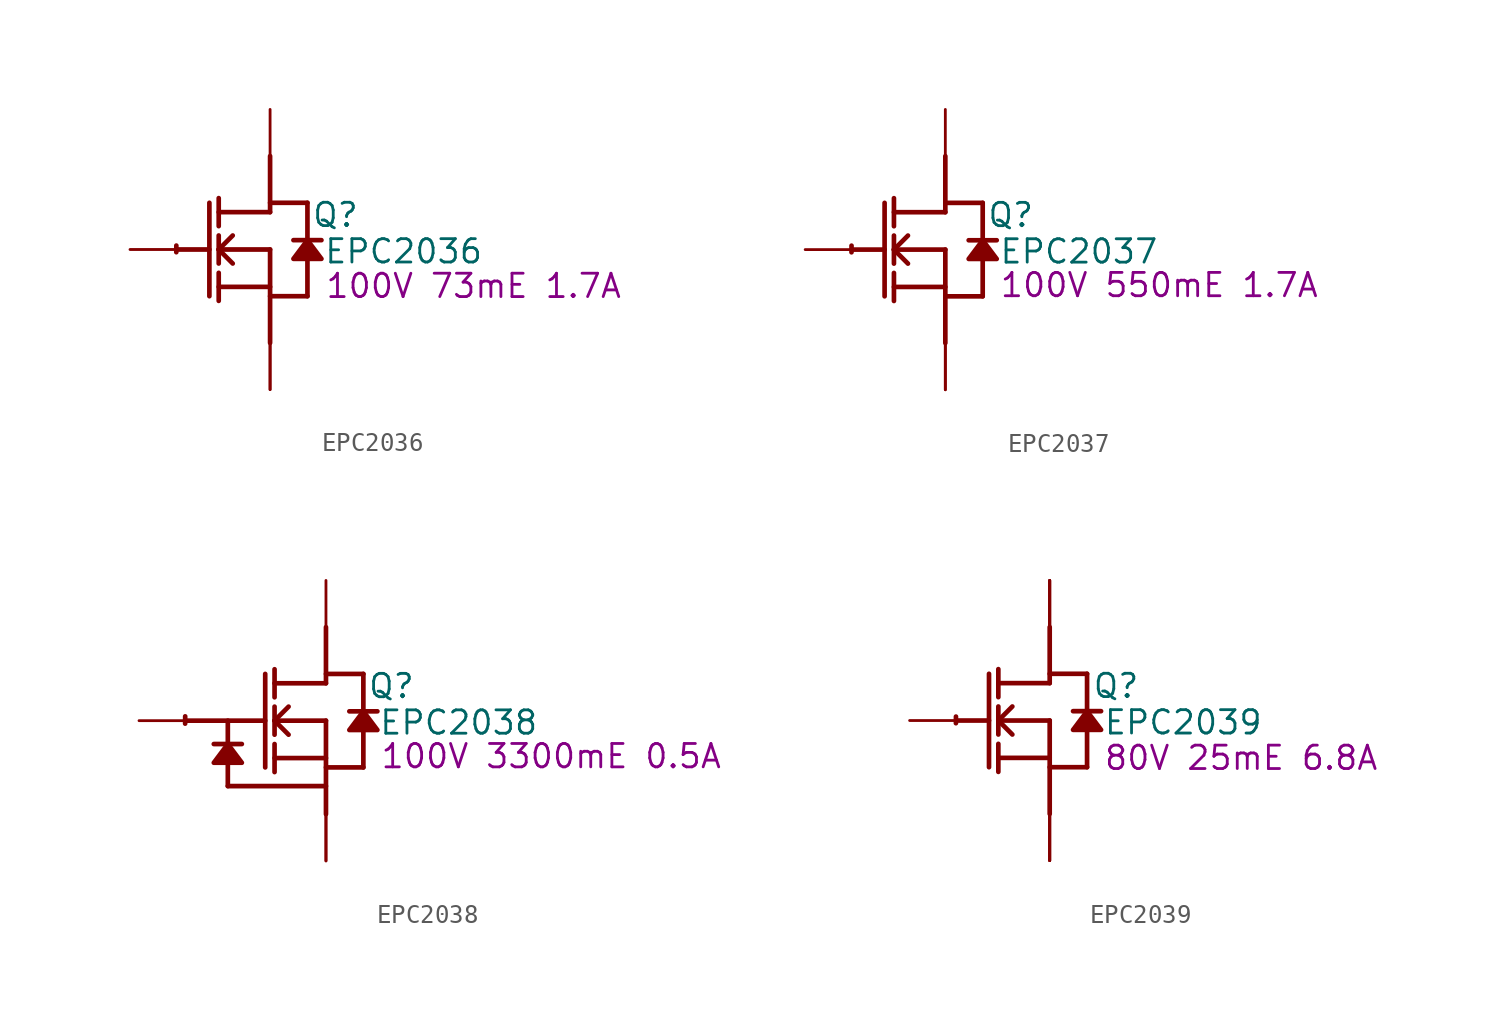
<source format=kicad_sym>
(kicad_symbol_lib
  (version 20231120)
  (generator "kicad_symbol_editor")
  (generator_version "8.0")
  (symbol "EPC2036"
    (property "Reference" "Q"
      (at 3.556 1.88 0)
      (effects (font (size 1.27 1.27))))
    (property "Value" "EPC2036"
      (at 7.264 -0.102 0)
      (effects (font (size 1.27 1.27))))
    (property "Description" "100V 73mE 1.7A"
      (at 11.074 -1.981 0)
      (effects (font (size 1.27 1.27))))
    (symbol "EPC2036_1_0"
      (arc (start -5.0996 0.2128) (mid -5.1039 0.0331) (end -5.1019 -0.1467) (stroke (width 0.254) (type solid)) (fill (type none)))
      (polyline (pts (xy -5.08 0) (xy -3.302 0)) (stroke (width 0.254) (type solid)) (fill (type none)))
      (polyline (pts (xy -3.302 2.54) (xy -3.302 -2.54)) (stroke (width 0.254) (type solid)) (fill (type none)))
      (polyline (pts (xy -2.794 -2.794) (xy -2.794 -1.27)) (stroke (width 0.254) (type solid)) (fill (type none)))
      (polyline (pts (xy -2.794 -2.032) (xy 0 -2.032)) (stroke (width 0.254) (type solid)) (fill (type none)))
      (polyline (pts (xy -2.794 -0.762) (xy -2.794 0.762)) (stroke (width 0.254) (type solid)) (fill (type none)))
      (polyline (pts (xy -2.794 0) (xy -2.032 0.762)) (stroke (width 0.254) (type solid)) (fill (type none)))
      (polyline (pts (xy -2.794 0) (xy 0 0)) (stroke (width 0.254) (type solid)) (fill (type none)))
      (polyline (pts (xy -2.794 1.27) (xy -2.794 2.794)) (stroke (width 0.254) (type solid)) (fill (type none)))
      (polyline (pts (xy -2.032 -0.762) (xy -2.794 0)) (stroke (width 0.254) (type solid)) (fill (type none)))
      (polyline (pts (xy 0 -2.54) (xy 2.032 -2.54)) (stroke (width 0.254) (type solid)) (fill (type none)))
      (polyline (pts (xy 0 0) (xy 0 -5.08)) (stroke (width 0.254) (type solid)) (fill (type none)))
      (polyline (pts (xy 0 2.032) (xy -2.794 2.032)) (stroke (width 0.254) (type solid)) (fill (type none)))
      (polyline (pts (xy 0 2.032) (xy 0 5.08)) (stroke (width 0.254) (type solid)) (fill (type none)))
      (polyline (pts (xy 0 2.54) (xy 2.032 2.54)) (stroke (width 0.254) (type solid)) (fill (type none)))
      (polyline (pts (xy 2.032 -0.508) (xy 2.032 -2.54)) (stroke (width 0.254) (type solid)) (fill (type none)))
      (polyline (pts (xy 2.032 2.54) (xy 2.032 0.508)) (stroke (width 0.254) (type solid)) (fill (type none)))
      (polyline (pts (xy 2.794 0.508) (xy 1.27 0.508)) (stroke (width 0.254) (type solid)) (fill (type none)))
      (polyline (pts (xy 2.032 0.508) (xy 1.27 -0.508) (xy 2.794 -0.508) (xy 2.032 0.508)) (stroke (width 0.254) (type solid)) (fill (type outline)))
      (pin passive line (at -7.62 0 0) (length 2.54) (name "G" (effects (font (size 0 0)))) (number "1" (effects (font (size 0 0)))))
      (pin open_emitter line (at 0 -7.62 90) (length 2.54) (name "S1" (effects (font (size 0 0)))) (number "2" (effects (font (size 0 0)))))
      (pin open_collector line (at 0 7.62 270) (length 2.54) (name "D1" (effects (font (size 0 0)))) (number "3" (effects (font (size 0 0)))))
      (pin open_emitter line (at 0 -7.62 90) (length 2.54) (name "S2" (effects (font (size 0 0)))) (number "4" (effects (font (size 0 0)))))))
  (symbol "EPC2037"
    (property "Reference" "Q"
      (at 3.556 1.88 0)
      (effects (font (size 1.27 1.27))))
    (property "Value" "EPC2037"
      (at 7.264 -0.102 0)
      (effects (font (size 1.27 1.27))))
    (property "Description" "100V 550mE 1.7A"
      (at 11.633 -1.93 0)
      (effects (font (size 1.27 1.27))))
    (symbol "EPC2037_1_0"
      (arc (start -5.0996 0.2128) (mid -5.1039 0.0331) (end -5.1019 -0.1467) (stroke (width 0.254) (type solid)) (fill (type none)))
      (polyline (pts (xy -5.08 0) (xy -3.302 0)) (stroke (width 0.254) (type solid)) (fill (type none)))
      (polyline (pts (xy -3.302 2.54) (xy -3.302 -2.54)) (stroke (width 0.254) (type solid)) (fill (type none)))
      (polyline (pts (xy -2.794 -2.794) (xy -2.794 -1.27)) (stroke (width 0.254) (type solid)) (fill (type none)))
      (polyline (pts (xy -2.794 -2.032) (xy 0 -2.032)) (stroke (width 0.254) (type solid)) (fill (type none)))
      (polyline (pts (xy -2.794 -0.762) (xy -2.794 0.762)) (stroke (width 0.254) (type solid)) (fill (type none)))
      (polyline (pts (xy -2.794 0) (xy -2.032 0.762)) (stroke (width 0.254) (type solid)) (fill (type none)))
      (polyline (pts (xy -2.794 0) (xy 0 0)) (stroke (width 0.254) (type solid)) (fill (type none)))
      (polyline (pts (xy -2.794 1.27) (xy -2.794 2.794)) (stroke (width 0.254) (type solid)) (fill (type none)))
      (polyline (pts (xy -2.032 -0.762) (xy -2.794 0)) (stroke (width 0.254) (type solid)) (fill (type none)))
      (polyline (pts (xy 0 -2.54) (xy 2.032 -2.54)) (stroke (width 0.254) (type solid)) (fill (type none)))
      (polyline (pts (xy 0 0) (xy 0 -5.08)) (stroke (width 0.254) (type solid)) (fill (type none)))
      (polyline (pts (xy 0 2.032) (xy -2.794 2.032)) (stroke (width 0.254) (type solid)) (fill (type none)))
      (polyline (pts (xy 0 2.032) (xy 0 5.08)) (stroke (width 0.254) (type solid)) (fill (type none)))
      (polyline (pts (xy 0 2.54) (xy 2.032 2.54)) (stroke (width 0.254) (type solid)) (fill (type none)))
      (polyline (pts (xy 2.032 -0.508) (xy 2.032 -2.54)) (stroke (width 0.254) (type solid)) (fill (type none)))
      (polyline (pts (xy 2.032 2.54) (xy 2.032 0.508)) (stroke (width 0.254) (type solid)) (fill (type none)))
      (polyline (pts (xy 2.794 0.508) (xy 1.27 0.508)) (stroke (width 0.254) (type solid)) (fill (type none)))
      (polyline (pts (xy 2.032 0.508) (xy 1.27 -0.508) (xy 2.794 -0.508) (xy 2.032 0.508)) (stroke (width 0.254) (type solid)) (fill (type outline)))
      (pin passive line (at -7.62 0 0) (length 2.54) (name "G" (effects (font (size 0 0)))) (number "1" (effects (font (size 0 0)))))
      (pin open_emitter line (at 0 -7.62 90) (length 2.54) (name "S1" (effects (font (size 0 0)))) (number "2" (effects (font (size 0 0)))))
      (pin open_collector line (at 0 7.62 270) (length 2.54) (name "D1" (effects (font (size 0 0)))) (number "3" (effects (font (size 0 0)))))
      (pin open_emitter line (at 0 -7.62 90) (length 2.54) (name "S2" (effects (font (size 0 0)))) (number "4" (effects (font (size 0 0)))))))
  (symbol "EPC2038"
    (property "Reference" "Q"
      (at 3.556 1.88 0)
      (effects (font (size 1.27 1.27))))
    (property "Value" "EPC2038"
      (at 7.214 -0.102 0)
      (effects (font (size 1.27 1.27))))
    (property "Description" "100V 3300mE 0.5A"
      (at 12.243 -1.93 0)
      (effects (font (size 1.27 1.27))))
    (symbol "EPC2038_1_0"
      (arc (start -7.6511 0.2344) (mid -7.6559 0.0364) (end -7.6537 -0.1616) (stroke (width 0.254) (type solid)) (fill (type none)))
      (polyline (pts (xy -7.62 0) (xy -3.302 0)) (stroke (width 0.254) (type solid)) (fill (type none)))
      (polyline (pts (xy -5.334 -3.556) (xy 0 -3.556)) (stroke (width 0.254) (type solid)) (fill (type none)))
      (polyline (pts (xy -5.334 -2.286) (xy -5.334 -3.556)) (stroke (width 0.254) (type solid)) (fill (type none)))
      (polyline (pts (xy -5.334 0) (xy -5.334 -1.27)) (stroke (width 0.254) (type solid)) (fill (type none)))
      (polyline (pts (xy -4.572 -1.27) (xy -6.096 -1.27)) (stroke (width 0.254) (type solid)) (fill (type none)))
      (polyline (pts (xy -3.302 2.54) (xy -3.302 -2.54)) (stroke (width 0.254) (type solid)) (fill (type none)))
      (polyline (pts (xy -2.794 -2.794) (xy -2.794 -1.27)) (stroke (width 0.254) (type solid)) (fill (type none)))
      (polyline (pts (xy -2.794 -2.032) (xy 0 -2.032)) (stroke (width 0.254) (type solid)) (fill (type none)))
      (polyline (pts (xy -2.794 -0.762) (xy -2.794 0.762)) (stroke (width 0.254) (type solid)) (fill (type none)))
      (polyline (pts (xy -2.794 0) (xy -2.032 0.762)) (stroke (width 0.254) (type solid)) (fill (type none)))
      (polyline (pts (xy -2.794 0) (xy 0 0)) (stroke (width 0.254) (type solid)) (fill (type none)))
      (polyline (pts (xy -2.794 1.27) (xy -2.794 2.794)) (stroke (width 0.254) (type solid)) (fill (type none)))
      (polyline (pts (xy -2.032 -0.762) (xy -2.794 0)) (stroke (width 0.254) (type solid)) (fill (type none)))
      (polyline (pts (xy 0 -2.54) (xy 2.032 -2.54)) (stroke (width 0.254) (type solid)) (fill (type none)))
      (polyline (pts (xy 0 0) (xy 0 -5.08)) (stroke (width 0.254) (type solid)) (fill (type none)))
      (polyline (pts (xy 0 2.032) (xy -2.794 2.032)) (stroke (width 0.254) (type solid)) (fill (type none)))
      (polyline (pts (xy 0 2.032) (xy 0 5.08)) (stroke (width 0.254) (type solid)) (fill (type none)))
      (polyline (pts (xy 0 2.54) (xy 2.032 2.54)) (stroke (width 0.254) (type solid)) (fill (type none)))
      (polyline (pts (xy 2.032 -0.508) (xy 2.032 -2.54)) (stroke (width 0.254) (type solid)) (fill (type none)))
      (polyline (pts (xy 2.032 2.54) (xy 2.032 0.508)) (stroke (width 0.254) (type solid)) (fill (type none)))
      (polyline (pts (xy 2.794 0.508) (xy 1.27 0.508)) (stroke (width 0.254) (type solid)) (fill (type none)))
      (polyline (pts (xy -5.334 -1.27) (xy -6.096 -2.286) (xy -4.572 -2.286) (xy -5.334 -1.27)) (stroke (width 0.254) (type solid)) (fill (type outline)))
      (polyline (pts (xy 2.032 0.508) (xy 1.27 -0.508) (xy 2.794 -0.508) (xy 2.032 0.508)) (stroke (width 0.254) (type solid)) (fill (type outline)))
      (pin passive line (at -10.16 0 0) (length 2.54) (name "G" (effects (font (size 0 0)))) (number "1" (effects (font (size 0 0)))))
      (pin open_emitter line (at 0 -7.62 90) (length 2.54) (name "S1" (effects (font (size 0 0)))) (number "2" (effects (font (size 0 0)))))
      (pin open_collector line (at 0 7.62 270) (length 2.54) (name "D1" (effects (font (size 0 0)))) (number "3" (effects (font (size 0 0)))))
      (pin open_emitter line (at 0 -7.62 90) (length 2.54) (name "S2" (effects (font (size 0 0)))) (number "4" (effects (font (size 0 0)))))))
  (symbol "EPC2039"
    (property "Reference" "Q"
      (at 3.607 1.88 0)
      (effects (font (size 1.27 1.27))))
    (property "Value" "EPC2039"
      (at 7.264 -0.102 0)
      (effects (font (size 1.27 1.27))))
    (property "Description" "80V 25mE 6.8A"
      (at 10.414 -2.032 0)
      (effects (font (size 1.27 1.27))))
    (symbol "EPC2039_1_0"
      (arc (start -5.0996 0.2128) (mid -5.1039 0.0331) (end -5.1019 -0.1467) (stroke (width 0.254) (type solid)) (fill (type none)))
      (polyline (pts (xy -5.08 0) (xy -3.302 0)) (stroke (width 0.254) (type solid)) (fill (type none)))
      (polyline (pts (xy -3.302 2.54) (xy -3.302 -2.54)) (stroke (width 0.254) (type solid)) (fill (type none)))
      (polyline (pts (xy -2.794 -2.794) (xy -2.794 -1.27)) (stroke (width 0.254) (type solid)) (fill (type none)))
      (polyline (pts (xy -2.794 -2.032) (xy 0 -2.032)) (stroke (width 0.254) (type solid)) (fill (type none)))
      (polyline (pts (xy -2.794 -0.762) (xy -2.794 0.762)) (stroke (width 0.254) (type solid)) (fill (type none)))
      (polyline (pts (xy -2.794 0) (xy -2.032 0.762)) (stroke (width 0.254) (type solid)) (fill (type none)))
      (polyline (pts (xy -2.794 0) (xy 0 0)) (stroke (width 0.254) (type solid)) (fill (type none)))
      (polyline (pts (xy -2.794 1.27) (xy -2.794 2.794)) (stroke (width 0.254) (type solid)) (fill (type none)))
      (polyline (pts (xy -2.032 -0.762) (xy -2.794 0)) (stroke (width 0.254) (type solid)) (fill (type none)))
      (polyline (pts (xy 0 -2.54) (xy 2.032 -2.54)) (stroke (width 0.254) (type solid)) (fill (type none)))
      (polyline (pts (xy 0 0) (xy 0 -5.08)) (stroke (width 0.254) (type solid)) (fill (type none)))
      (polyline (pts (xy 0 2.032) (xy -2.794 2.032)) (stroke (width 0.254) (type solid)) (fill (type none)))
      (polyline (pts (xy 0 2.032) (xy 0 5.08)) (stroke (width 0.254) (type solid)) (fill (type none)))
      (polyline (pts (xy 0 2.54) (xy 2.032 2.54)) (stroke (width 0.254) (type solid)) (fill (type none)))
      (polyline (pts (xy 2.032 -0.508) (xy 2.032 -2.54)) (stroke (width 0.254) (type solid)) (fill (type none)))
      (polyline (pts (xy 2.032 2.54) (xy 2.032 0.508)) (stroke (width 0.254) (type solid)) (fill (type none)))
      (polyline (pts (xy 2.794 0.508) (xy 1.27 0.508)) (stroke (width 0.254) (type solid)) (fill (type none)))
      (polyline (pts (xy 2.032 0.508) (xy 1.27 -0.508) (xy 2.794 -0.508) (xy 2.032 0.508)) (stroke (width 0.254) (type solid)) (fill (type outline)))
      (pin passive line (at -7.62 0 0) (length 2.54) (name "G" (effects (font (size 0 0)))) (number "1" (effects (font (size 0 0)))))
      (pin open_emitter line (at 0 -7.62 90) (length 2.54) (name "S1" (effects (font (size 0 0)))) (number "2" (effects (font (size 0 0)))))
      (pin open_emitter line (at 0 -7.62 90) (length 2.54) (name "S2" (effects (font (size 0 0)))) (number "3" (effects (font (size 0 0)))))
      (pin open_collector line (at 0 7.62 270) (length 2.54) (name "D1" (effects (font (size 0 0)))) (number "4" (effects (font (size 0 0)))))
      (pin open_collector line (at 0 7.62 270) (length 2.54) (name "D2" (effects (font (size 0 0)))) (number "5" (effects (font (size 0 0)))))
      (pin open_collector line (at 0 7.62 270) (length 2.54) (name "D3" (effects (font (size 0 0)))) (number "6" (effects (font (size 0 0)))))
      (pin open_collector line (at 0 7.62 270) (length 2.54) (name "D4" (effects (font (size 0 0)))) (number "7" (effects (font (size 0 0)))))
      (pin open_emitter line (at 0 -7.62 90) (length 2.54) (name "S3" (effects (font (size 0 0)))) (number "8" (effects (font (size 0 0)))))
      (pin open_emitter line (at 0 -7.62 90) (length 2.54) (name "S4" (effects (font (size 0 0)))) (number "9" (effects (font (size 0 0))))))))
</source>
